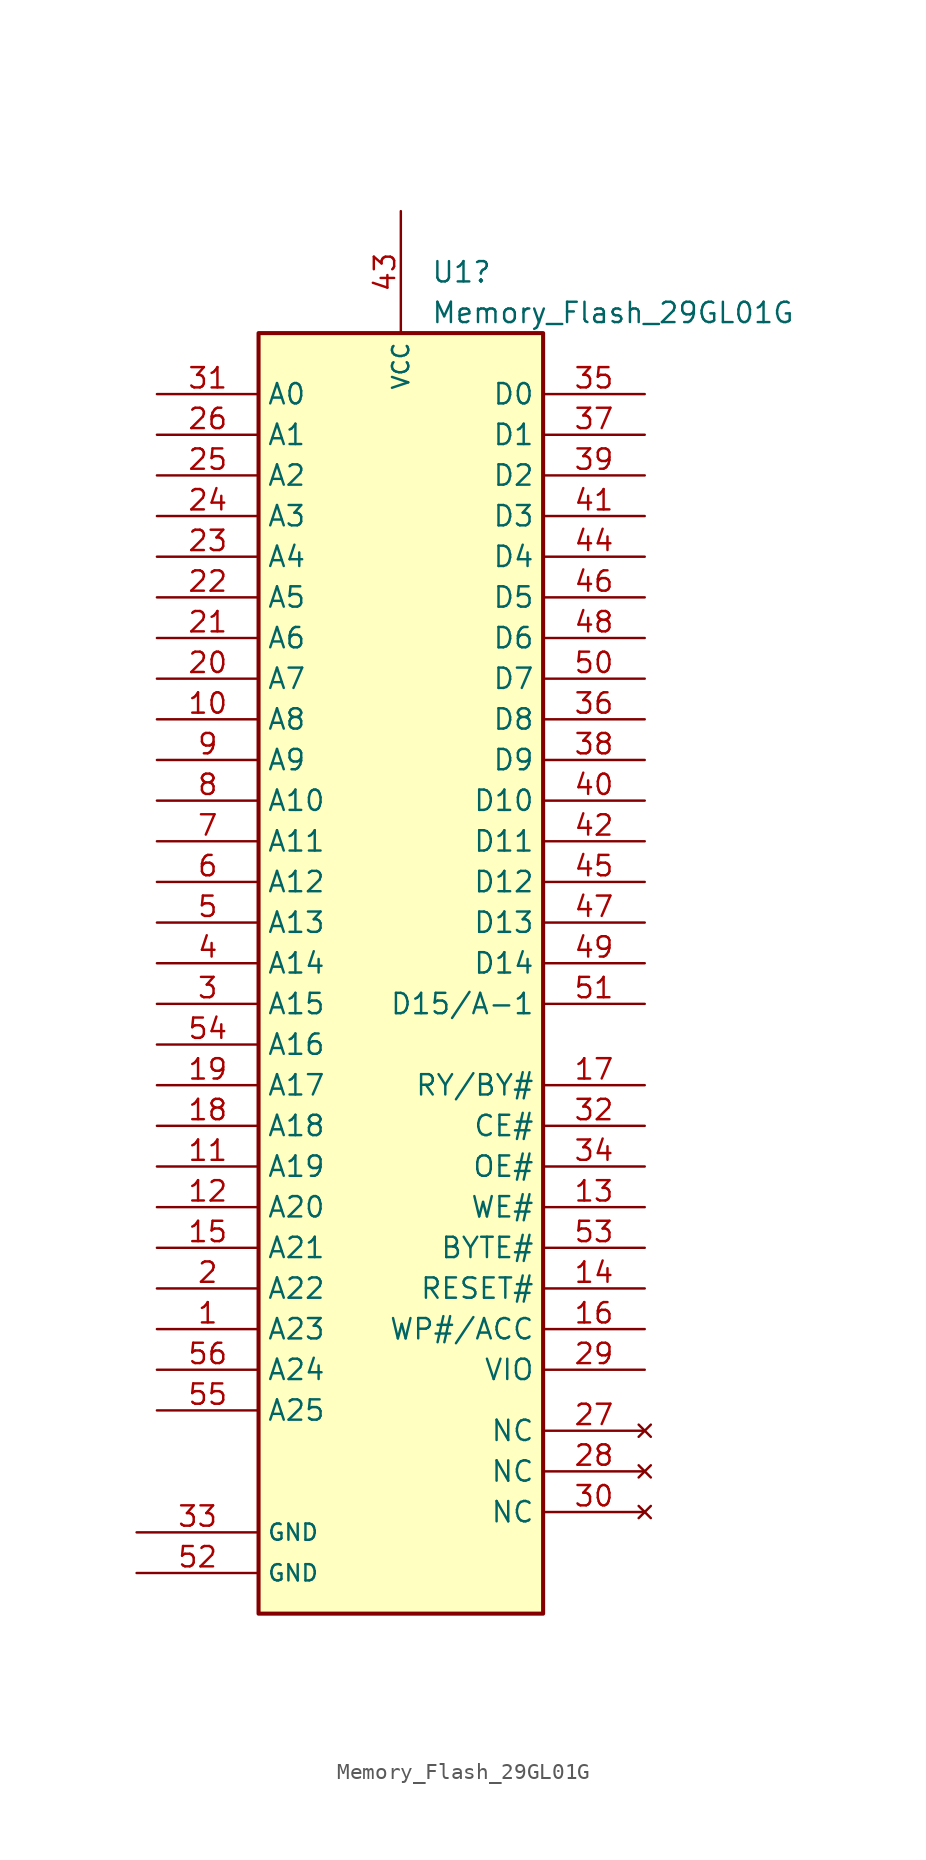
<source format=kicad_sym>
(kicad_symbol_lib
  (version 20231120)
  (generator "kicad_symbol_editor")
  (generator_version "8.0")
  (symbol "Memory_Flash_29GL01G"
    (property "Reference" "U1"
      (at 1.88 33.02 0)
      (effects (font (size 1.27 1.27)) (justify left)))
    (property "Value" "Memory_Flash_29GL01G"
      (at 1.88 30.48 0)
      (effects (font (size 1.27 1.27)) (justify left)))
    (symbol "Memory_Flash_29GL01G_0_1"
      (rectangle (start -8.89 29.21) (end 8.89 -50.8) (stroke (width 0.254) (type default)) (fill (type background))))
    (symbol "Memory_Flash_29GL01G_1_1"
      (pin input line (at -15.24 -33.02 0) (length 6.35) (name "A23" (effects (font (size 1.27 1.27)))) (number "1" (effects (font (size 1.27 1.27)))))
      (pin input line (at -15.24 5.08 0) (length 6.35) (name "A8" (effects (font (size 1.27 1.27)))) (number "10" (effects (font (size 1.27 1.27)))))
      (pin input line (at -15.24 -22.86 0) (length 6.35) (name "A19" (effects (font (size 1.27 1.27)))) (number "11" (effects (font (size 1.27 1.27)))))
      (pin input line (at -15.24 -25.4 0) (length 6.35) (name "A20" (effects (font (size 1.27 1.27)))) (number "12" (effects (font (size 1.27 1.27)))))
      (pin input line (at 15.24 -25.4 180) (length 6.35) (name "WE#" (effects (font (size 1.27 1.27)))) (number "13" (effects (font (size 1.27 1.27)))))
      (pin input line (at 15.24 -30.48 180) (length 6.35) (name "RESET#" (effects (font (size 1.27 1.27)))) (number "14" (effects (font (size 1.27 1.27)))))
      (pin input line (at -15.24 -27.94 0) (length 6.35) (name "A21" (effects (font (size 1.27 1.27)))) (number "15" (effects (font (size 1.27 1.27)))))
      (pin input line (at 15.24 -33.02 180) (length 6.35) (name "WP#/ACC" (effects (font (size 1.27 1.27)))) (number "16" (effects (font (size 1.27 1.27)))))
      (pin input line (at 15.24 -17.78 180) (length 6.35) (name "RY/BY#" (effects (font (size 1.27 1.27)))) (number "17" (effects (font (size 1.27 1.27)))))
      (pin input line (at -15.24 -20.32 0) (length 6.35) (name "A18" (effects (font (size 1.27 1.27)))) (number "18" (effects (font (size 1.27 1.27)))))
      (pin input line (at -15.24 -17.78 0) (length 6.35) (name "A17" (effects (font (size 1.27 1.27)))) (number "19" (effects (font (size 1.27 1.27)))))
      (pin input line (at -15.24 -30.48 0) (length 6.35) (name "A22" (effects (font (size 1.27 1.27)))) (number "2" (effects (font (size 1.27 1.27)))))
      (pin input line (at -15.24 7.62 0) (length 6.35) (name "A7" (effects (font (size 1.27 1.27)))) (number "20" (effects (font (size 1.27 1.27)))))
      (pin input line (at -15.24 10.16 0) (length 6.35) (name "A6" (effects (font (size 1.27 1.27)))) (number "21" (effects (font (size 1.27 1.27)))))
      (pin input line (at -15.24 12.7 0) (length 6.35) (name "A5" (effects (font (size 1.27 1.27)))) (number "22" (effects (font (size 1.27 1.27)))))
      (pin input line (at -15.24 15.24 0) (length 6.35) (name "A4" (effects (font (size 1.27 1.27)))) (number "23" (effects (font (size 1.27 1.27)))))
      (pin input line (at -15.24 17.78 0) (length 6.35) (name "A3" (effects (font (size 1.27 1.27)))) (number "24" (effects (font (size 1.27 1.27)))))
      (pin input line (at -15.24 20.32 0) (length 6.35) (name "A2" (effects (font (size 1.27 1.27)))) (number "25" (effects (font (size 1.27 1.27)))))
      (pin input line (at -15.24 22.86 0) (length 6.35) (name "A1" (effects (font (size 1.27 1.27)))) (number "26" (effects (font (size 1.27 1.27)))))
      (pin no_connect line (at 15.24 -39.37 180) (length 6.35) (name "NC" (effects (font (size 1.27 1.27)))) (number "27" (effects (font (size 1.27 1.27)))))
      (pin no_connect line (at 15.24 -41.91 180) (length 6.35) (name "NC" (effects (font (size 1.27 1.27)))) (number "28" (effects (font (size 1.27 1.27)))))
      (pin input line (at 15.24 -35.56 180) (length 6.35) (name "VIO" (effects (font (size 1.27 1.27)))) (number "29" (effects (font (size 1.27 1.27)))))
      (pin input line (at -15.24 -12.7 0) (length 6.35) (name "A15" (effects (font (size 1.27 1.27)))) (number "3" (effects (font (size 1.27 1.27)))))
      (pin no_connect line (at 15.24 -44.45 180) (length 6.35) (name "NC" (effects (font (size 1.27 1.27)))) (number "30" (effects (font (size 1.27 1.27)))))
      (pin input line (at -15.24 25.4 0) (length 6.35) (name "A0" (effects (font (size 1.27 1.27)))) (number "31" (effects (font (size 1.27 1.27)))))
      (pin input line (at 15.24 -20.32 180) (length 6.35) (name "CE#" (effects (font (size 1.27 1.27)))) (number "32" (effects (font (size 1.27 1.27)))))
      (pin power_in line (at -16.51 -45.72 0) (length 7.62) (name "GND" (effects (font (size 1.016 1.016)))) (number "33" (effects (font (size 1.27 1.27)))))
      (pin input line (at 15.24 -22.86 180) (length 6.35) (name "OE#" (effects (font (size 1.27 1.27)))) (number "34" (effects (font (size 1.27 1.27)))))
      (pin bidirectional line (at 15.24 25.4 180) (length 6.35) (name "D0" (effects (font (size 1.27 1.27)))) (number "35" (effects (font (size 1.27 1.27)))))
      (pin bidirectional line (at 15.24 5.08 180) (length 6.35) (name "D8" (effects (font (size 1.27 1.27)))) (number "36" (effects (font (size 1.27 1.27)))))
      (pin bidirectional line (at 15.24 22.86 180) (length 6.35) (name "D1" (effects (font (size 1.27 1.27)))) (number "37" (effects (font (size 1.27 1.27)))))
      (pin bidirectional line (at 15.24 2.54 180) (length 6.35) (name "D9" (effects (font (size 1.27 1.27)))) (number "38" (effects (font (size 1.27 1.27)))))
      (pin bidirectional line (at 15.24 20.32 180) (length 6.35) (name "D2" (effects (font (size 1.27 1.27)))) (number "39" (effects (font (size 1.27 1.27)))))
      (pin input line (at -15.24 -10.16 0) (length 6.35) (name "A14" (effects (font (size 1.27 1.27)))) (number "4" (effects (font (size 1.27 1.27)))))
      (pin bidirectional line (at 15.24 0 180) (length 6.35) (name "D10" (effects (font (size 1.27 1.27)))) (number "40" (effects (font (size 1.27 1.27)))))
      (pin bidirectional line (at 15.24 17.78 180) (length 6.35) (name "D3" (effects (font (size 1.27 1.27)))) (number "41" (effects (font (size 1.27 1.27)))))
      (pin bidirectional line (at 15.24 -2.54 180) (length 6.35) (name "D11" (effects (font (size 1.27 1.27)))) (number "42" (effects (font (size 1.27 1.27)))))
      (pin power_in line (at 0 36.83 270) (length 7.62) (name "VCC" (effects (font (size 1.016 1.016)))) (number "43" (effects (font (size 1.27 1.27)))))
      (pin bidirectional line (at 15.24 15.24 180) (length 6.35) (name "D4" (effects (font (size 1.27 1.27)))) (number "44" (effects (font (size 1.27 1.27)))))
      (pin bidirectional line (at 15.24 -5.08 180) (length 6.35) (name "D12" (effects (font (size 1.27 1.27)))) (number "45" (effects (font (size 1.27 1.27)))))
      (pin bidirectional line (at 15.24 12.7 180) (length 6.35) (name "D5" (effects (font (size 1.27 1.27)))) (number "46" (effects (font (size 1.27 1.27)))))
      (pin bidirectional line (at 15.24 -7.62 180) (length 6.35) (name "D13" (effects (font (size 1.27 1.27)))) (number "47" (effects (font (size 1.27 1.27)))))
      (pin bidirectional line (at 15.24 10.16 180) (length 6.35) (name "D6" (effects (font (size 1.27 1.27)))) (number "48" (effects (font (size 1.27 1.27)))))
      (pin bidirectional line (at 15.24 -10.16 180) (length 6.35) (name "D14" (effects (font (size 1.27 1.27)))) (number "49" (effects (font (size 1.27 1.27)))))
      (pin input line (at -15.24 -7.62 0) (length 6.35) (name "A13" (effects (font (size 1.27 1.27)))) (number "5" (effects (font (size 1.27 1.27)))))
      (pin bidirectional line (at 15.24 7.62 180) (length 6.35) (name "D7" (effects (font (size 1.27 1.27)))) (number "50" (effects (font (size 1.27 1.27)))))
      (pin bidirectional line (at 15.24 -12.7 180) (length 6.35) (name "D15/A-1" (effects (font (size 1.27 1.27)))) (number "51" (effects (font (size 1.27 1.27)))))
      (pin power_in line (at -16.51 -48.26 0) (length 7.62) (name "GND" (effects (font (size 1.016 1.016)))) (number "52" (effects (font (size 1.27 1.27)))))
      (pin input line (at 15.24 -27.94 180) (length 6.35) (name "BYTE#" (effects (font (size 1.27 1.27)))) (number "53" (effects (font (size 1.27 1.27)))))
      (pin input line (at -15.24 -15.24 0) (length 6.35) (name "A16" (effects (font (size 1.27 1.27)))) (number "54" (effects (font (size 1.27 1.27)))))
      (pin input line (at -15.24 -38.1 0) (length 6.35) (name "A25" (effects (font (size 1.27 1.27)))) (number "55" (effects (font (size 1.27 1.27)))))
      (pin input line (at -15.24 -35.56 0) (length 6.35) (name "A24" (effects (font (size 1.27 1.27)))) (number "56" (effects (font (size 1.27 1.27)))))
      (pin input line (at -15.24 -5.08 0) (length 6.35) (name "A12" (effects (font (size 1.27 1.27)))) (number "6" (effects (font (size 1.27 1.27)))))
      (pin input line (at -15.24 -2.54 0) (length 6.35) (name "A11" (effects (font (size 1.27 1.27)))) (number "7" (effects (font (size 1.27 1.27)))))
      (pin input line (at -15.24 0 0) (length 6.35) (name "A10" (effects (font (size 1.27 1.27)))) (number "8" (effects (font (size 1.27 1.27)))))
      (pin input line (at -15.24 2.54 0) (length 6.35) (name "A9" (effects (font (size 1.27 1.27)))) (number "9" (effects (font (size 1.27 1.27))))))))
</source>
